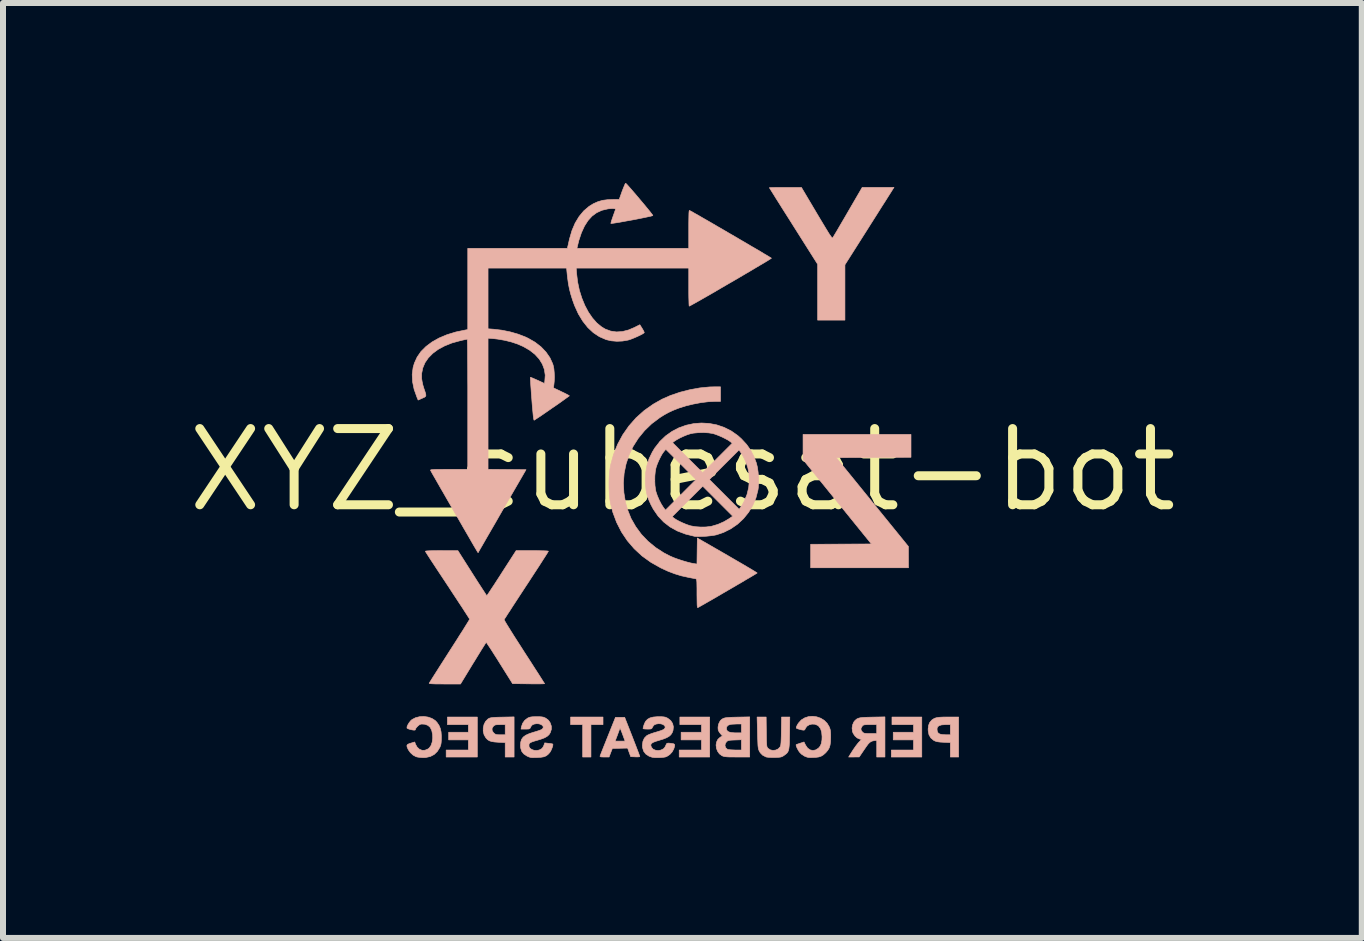
<source format=kicad_pcb>
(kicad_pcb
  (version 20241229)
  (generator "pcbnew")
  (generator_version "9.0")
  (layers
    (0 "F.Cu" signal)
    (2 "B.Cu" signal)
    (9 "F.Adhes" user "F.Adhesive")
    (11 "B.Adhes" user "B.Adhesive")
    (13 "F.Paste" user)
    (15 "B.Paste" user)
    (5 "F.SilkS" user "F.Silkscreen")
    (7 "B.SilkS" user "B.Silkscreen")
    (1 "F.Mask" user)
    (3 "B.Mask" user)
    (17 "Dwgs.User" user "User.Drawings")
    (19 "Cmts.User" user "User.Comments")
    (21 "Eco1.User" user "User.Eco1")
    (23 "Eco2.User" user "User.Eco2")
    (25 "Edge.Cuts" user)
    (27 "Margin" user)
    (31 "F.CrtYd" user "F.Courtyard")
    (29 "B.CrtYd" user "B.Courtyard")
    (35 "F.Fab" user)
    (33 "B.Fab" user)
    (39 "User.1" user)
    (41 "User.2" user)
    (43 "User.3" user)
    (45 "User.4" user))
  (footprint "XYZ_cubesat-bot"
    (layer "F.Cu")
    (at 8.323 4.783)
    (property "Reference" "XYZ_cubesat-bot" (at 0 0 0) (layer "F.SilkS") (effects (font (size 1.27 1.27) (thickness 0.15))))
    (attr through_hole)
    (fp_poly (pts (xy -1.323 4.244) (xy -1.524 4.244) (xy -1.524 4.784) (xy -1.662 4.784) (xy -1.662 4.244) (xy -1.863 4.244) (xy -1.863 4.117) (xy -1.323 4.117) (xy -1.323 4.244)) (stroke (width 0.01) (type solid)) (fill yes) (layer "B.SilkS"))
    (fp_poly (pts (xy -3.418 4.784) (xy -3.937 4.784) (xy -3.937 4.667) (xy -3.567 4.667) (xy -3.567 4.498) (xy -3.895 4.498) (xy -3.895 4.371) (xy -3.567 4.371) (xy -3.567 4.244) (xy -3.916 4.244) (xy -3.916 4.117) (xy -3.418 4.117) (xy -3.418 4.784)) (stroke (width 0.01) (type solid)) (fill yes) (layer "B.SilkS"))
    (fp_poly (pts (xy 0.455 4.784) (xy -0.053 4.784) (xy -0.053 4.667) (xy 0.318 4.667) (xy 0.318 4.498) (xy -0.021 4.498) (xy -0.021 4.371) (xy 0.318 4.371) (xy 0.318 4.244) (xy -0.042 4.244) (xy -0.042 4.117) (xy 0.455 4.117) (xy 0.455 4.784)) (stroke (width 0.01) (type solid)) (fill yes) (layer "B.SilkS"))
    (fp_poly (pts (xy 3.81 -0.212) (xy 3.187 -0.209) (xy 2.564 -0.206) (xy 3.165 0.534) (xy 3.767 1.275) (xy 3.768 1.63) (xy 2.138 1.63) (xy 2.138 1.238) (xy 3.15 1.233) (xy 2.011 -0.173) (xy 2.011 -0.593) (xy 3.81 -0.593) (xy 3.81 -0.212)) (stroke (width 0.01) (type solid)) (fill yes) (layer "B.SilkS"))
    (fp_poly (pts (xy 3.99 4.784) (xy 3.482 4.784) (xy 3.482 4.667) (xy 3.852 4.667) (xy 3.852 4.498) (xy 3.514 4.498) (xy 3.514 4.371) (xy 3.852 4.371) (xy 3.852 4.244) (xy 3.493 4.244) (xy 3.493 4.117) (xy 3.99 4.117) (xy 3.99 4.784)) (stroke (width 0.01) (type solid)) (fill yes) (layer "B.SilkS"))
    (fp_poly (pts (xy 4.604 4.784) (xy 4.466 4.784) (xy 4.466 4.543) (xy 4.35 4.538) (xy 4.296 4.535) (xy 4.257 4.53) (xy 4.229 4.524) (xy 4.204 4.514) (xy 4.187 4.505) (xy 4.141 4.466) (xy 4.11 4.414) (xy 4.097 4.349) (xy 4.096 4.325) (xy 4.096 4.319) (xy 4.244 4.319) (xy 4.248 4.357) (xy 4.263 4.384) (xy 4.29 4.401) (xy 4.333 4.41) (xy 4.389 4.413) (xy 4.466 4.413) (xy 4.466 4.244) (xy 4.383 4.244) (xy 4.322 4.248) (xy 4.28 4.26) (xy 4.254 4.281) (xy 4.244 4.311) (xy 4.244 4.319) (xy 4.096 4.319) (xy 4.102 4.26) (xy 4.121 4.21) (xy 4.155 4.17) (xy 4.158 4.167) (xy 4.182 4.15) (xy 4.209 4.136) (xy 4.242 4.127) (xy 4.285 4.121) (xy 4.341 4.118) (xy 4.414 4.117) (xy 4.437 4.117) (xy 4.604 4.117) (xy 4.604 4.784)) (stroke (width 0.01) (type solid)) (fill yes) (layer "B.SilkS"))
    (fp_poly (pts (xy -2.805 4.784) (xy -2.953 4.784) (xy -2.953 4.543) (xy -3.067 4.538) (xy -3.132 4.533) (xy -3.181 4.525) (xy -3.217 4.513) (xy -3.247 4.494) (xy -3.273 4.467) (xy -3.274 4.466) (xy -3.304 4.416) (xy -3.319 4.359) (xy -3.319 4.338) (xy -3.172 4.338) (xy -3.152 4.374) (xy -3.144 4.382) (xy -3.126 4.398) (xy -3.109 4.407) (xy -3.086 4.412) (xy -3.05 4.413) (xy -3.033 4.413) (xy -2.953 4.413) (xy -2.953 4.244) (xy -3.038 4.244) (xy -3.082 4.245) (xy -3.11 4.247) (xy -3.129 4.254) (xy -3.145 4.266) (xy -3.149 4.27) (xy -3.171 4.303) (xy -3.172 4.338) (xy -3.319 4.338) (xy -3.319 4.299) (xy -3.306 4.241) (xy -3.28 4.19) (xy -3.241 4.151) (xy -3.225 4.141) (xy -3.209 4.134) (xy -3.187 4.129) (xy -3.157 4.125) (xy -3.115 4.122) (xy -3.057 4.12) (xy -2.998 4.119) (xy -2.805 4.115) (xy -2.805 4.784)) (stroke (width 0.01) (type solid)) (fill yes) (layer "B.SilkS"))
    (fp_poly (pts (xy -0.835 4.445) (xy -0.805 4.523) (xy -0.777 4.595) (xy -0.753 4.658) (xy -0.733 4.71) (xy -0.719 4.748) (xy -0.711 4.771) (xy -0.709 4.776) (xy -0.719 4.78) (xy -0.744 4.782) (xy -0.78 4.782) (xy -0.785 4.781) (xy -0.861 4.778) (xy -0.887 4.707) (xy -0.913 4.635) (xy -1.04 4.638) (xy -1.167 4.641) (xy -1.195 4.712) (xy -1.222 4.784) (xy -1.3 4.784) (xy -1.34 4.783) (xy -1.362 4.781) (xy -1.372 4.776) (xy -1.372 4.767) (xy -1.371 4.765) (xy -1.366 4.751) (xy -1.354 4.72) (xy -1.336 4.674) (xy -1.313 4.616) (xy -1.286 4.549) (xy -1.274 4.519) (xy -1.121 4.519) (xy -0.955 4.519) (xy -0.994 4.413) (xy -1.01 4.37) (xy -1.024 4.335) (xy -1.034 4.313) (xy -1.038 4.307) (xy -1.045 4.316) (xy -1.054 4.338) (xy -1.055 4.342) (xy -1.065 4.369) (xy -1.079 4.408) (xy -1.094 4.448) (xy -1.121 4.519) (xy -1.274 4.519) (xy -1.256 4.474) (xy -1.24 4.434) (xy -1.115 4.122) (xy -0.962 4.122) (xy -0.835 4.445)) (stroke (width 0.01) (type solid)) (fill yes) (layer "B.SilkS"))
    (fp_poly (pts (xy 3.511 -4.686) (xy 3.503 -4.673) (xy 3.485 -4.644) (xy 3.457 -4.6) (xy 3.421 -4.543) (xy 3.377 -4.473) (xy 3.326 -4.394) (xy 3.27 -4.305) (xy 3.21 -4.21) (xy 3.145 -4.108) (xy 3.103 -4.041) (xy 2.709 -3.42) (xy 2.709 -2.498) (xy 2.254 -2.498) (xy 2.254 -3.429) (xy 1.852 -4.065) (xy 1.786 -4.17) (xy 1.723 -4.269) (xy 1.664 -4.362) (xy 1.611 -4.447) (xy 1.563 -4.522) (xy 1.523 -4.587) (xy 1.491 -4.638) (xy 1.467 -4.676) (xy 1.453 -4.699) (xy 1.45 -4.705) (xy 1.46 -4.706) (xy 1.488 -4.707) (xy 1.532 -4.708) (xy 1.589 -4.709) (xy 1.656 -4.709) (xy 1.717 -4.709) (xy 1.984 -4.709) (xy 2.238 -4.281) (xy 2.298 -4.18) (xy 2.348 -4.097) (xy 2.389 -4.029) (xy 2.422 -3.975) (xy 2.448 -3.933) (xy 2.468 -3.904) (xy 2.483 -3.884) (xy 2.493 -3.872) (xy 2.5 -3.868) (xy 2.505 -3.869) (xy 2.506 -3.87) (xy 2.514 -3.883) (xy 2.531 -3.912) (xy 2.557 -3.955) (xy 2.59 -4.011) (xy 2.629 -4.078) (xy 2.673 -4.153) (xy 2.721 -4.235) (xy 2.758 -4.299) (xy 2.997 -4.71) (xy 3.527 -4.71) (xy 3.511 -4.686)) (stroke (width 0.01) (type solid)) (fill yes) (layer "B.SilkS"))
    (fp_poly (pts (xy 1.399 4.365) (xy 1.4 4.443) (xy 1.401 4.504) (xy 1.403 4.549) (xy 1.405 4.581) (xy 1.408 4.603) (xy 1.412 4.618) (xy 1.418 4.628) (xy 1.425 4.637) (xy 1.427 4.639) (xy 1.464 4.664) (xy 1.508 4.674) (xy 1.555 4.668) (xy 1.596 4.649) (xy 1.626 4.618) (xy 1.633 4.606) (xy 1.638 4.591) (xy 1.641 4.569) (xy 1.644 4.537) (xy 1.646 4.493) (xy 1.648 4.433) (xy 1.649 4.356) (xy 1.649 4.353) (xy 1.653 4.117) (xy 1.79 4.117) (xy 1.787 4.384) (xy 1.785 4.474) (xy 1.784 4.545) (xy 1.78 4.6) (xy 1.775 4.642) (xy 1.768 4.674) (xy 1.757 4.699) (xy 1.742 4.719) (xy 1.723 4.736) (xy 1.698 4.754) (xy 1.695 4.757) (xy 1.673 4.771) (xy 1.653 4.78) (xy 1.63 4.786) (xy 1.598 4.789) (xy 1.551 4.791) (xy 1.537 4.791) (xy 1.484 4.791) (xy 1.438 4.789) (xy 1.404 4.785) (xy 1.392 4.782) (xy 1.337 4.753) (xy 1.298 4.713) (xy 1.281 4.684) (xy 1.274 4.668) (xy 1.268 4.65) (xy 1.264 4.628) (xy 1.26 4.598) (xy 1.258 4.558) (xy 1.256 4.505) (xy 1.253 4.436) (xy 1.252 4.377) (xy 1.245 4.117) (xy 1.396 4.117) (xy 1.399 4.365)) (stroke (width 0.01) (type solid)) (fill yes) (layer "B.SilkS"))
    (fp_poly (pts (xy 3.376 4.784) (xy 3.239 4.784) (xy 3.239 4.506) (xy 3.196 4.511) (xy 3.167 4.517) (xy 3.143 4.527) (xy 3.12 4.543) (xy 3.095 4.569) (xy 3.066 4.608) (xy 3.029 4.662) (xy 3.026 4.666) (xy 2.947 4.783) (xy 2.771 4.784) (xy 2.795 4.744) (xy 2.847 4.662) (xy 2.894 4.595) (xy 2.935 4.543) (xy 2.944 4.534) (xy 2.986 4.49) (xy 2.954 4.484) (xy 2.913 4.466) (xy 2.876 4.433) (xy 2.847 4.39) (xy 2.834 4.358) (xy 2.829 4.305) (xy 2.977 4.305) (xy 2.978 4.336) (xy 3 4.366) (xy 3 4.366) (xy 3.013 4.378) (xy 3.028 4.386) (xy 3.049 4.39) (xy 3.082 4.392) (xy 3.13 4.392) (xy 3.132 4.392) (xy 3.239 4.392) (xy 3.239 4.244) (xy 3.128 4.244) (xy 3.079 4.244) (xy 3.045 4.246) (xy 3.024 4.249) (xy 3.011 4.256) (xy 3 4.266) (xy 2.996 4.272) (xy 2.977 4.305) (xy 2.829 4.305) (xy 2.828 4.302) (xy 2.837 4.247) (xy 2.858 4.199) (xy 2.871 4.182) (xy 2.891 4.163) (xy 2.91 4.148) (xy 2.933 4.138) (xy 2.962 4.13) (xy 3.001 4.125) (xy 3.053 4.122) (xy 3.121 4.12) (xy 3.167 4.119) (xy 3.376 4.115) (xy 3.376 4.784)) (stroke (width 0.01) (type solid)) (fill yes) (layer "B.SilkS"))
    (fp_poly (pts (xy -4.239 4.118) (xy -4.174 4.141) (xy -4.119 4.176) (xy -4.09 4.207) (xy -4.056 4.257) (xy -4.035 4.307) (xy -4.022 4.364) (xy -4.017 4.433) (xy -4.017 4.456) (xy -4.018 4.51) (xy -4.021 4.55) (xy -4.027 4.582) (xy -4.037 4.61) (xy -4.041 4.62) (xy -4.083 4.689) (xy -4.136 4.741) (xy -4.201 4.775) (xy -4.278 4.792) (xy -4.318 4.794) (xy -4.364 4.791) (xy -4.407 4.786) (xy -4.438 4.779) (xy -4.488 4.752) (xy -4.533 4.711) (xy -4.568 4.662) (xy -4.573 4.651) (xy -4.589 4.614) (xy -4.591 4.59) (xy -4.579 4.573) (xy -4.55 4.56) (xy -4.527 4.553) (xy -4.461 4.533) (xy -4.448 4.571) (xy -4.42 4.62) (xy -4.383 4.654) (xy -4.338 4.672) (xy -4.291 4.671) (xy -4.243 4.651) (xy -4.218 4.632) (xy -4.189 4.591) (xy -4.17 4.535) (xy -4.161 4.469) (xy -4.163 4.411) (xy -4.177 4.342) (xy -4.202 4.291) (xy -4.24 4.257) (xy -4.29 4.238) (xy -4.311 4.236) (xy -4.346 4.234) (xy -4.37 4.239) (xy -4.392 4.253) (xy -4.406 4.265) (xy -4.429 4.288) (xy -4.443 4.307) (xy -4.445 4.313) (xy -4.452 4.331) (xy -4.456 4.334) (xy -4.473 4.336) (xy -4.502 4.332) (xy -4.535 4.325) (xy -4.566 4.315) (xy -4.586 4.305) (xy -4.59 4.3) (xy -4.589 4.279) (xy -4.576 4.248) (xy -4.555 4.213) (xy -4.53 4.181) (xy -4.507 4.16) (xy -4.448 4.129) (xy -4.381 4.112) (xy -4.31 4.108) (xy -4.239 4.118)) (stroke (width 0.01) (type solid)) (fill yes) (layer "B.SilkS"))
    (fp_poly (pts (xy 1.122 4.784) (xy 0.913 4.784) (xy 0.84 4.783) (xy 0.784 4.783) (xy 0.744 4.781) (xy 0.714 4.778) (xy 0.692 4.774) (xy 0.674 4.768) (xy 0.661 4.763) (xy 0.617 4.731) (xy 0.586 4.687) (xy 0.567 4.637) (xy 0.563 4.596) (xy 0.71 4.596) (xy 0.722 4.629) (xy 0.748 4.653) (xy 0.755 4.657) (xy 0.775 4.661) (xy 0.811 4.664) (xy 0.855 4.666) (xy 0.881 4.667) (xy 0.984 4.667) (xy 0.984 4.496) (xy 0.874 4.5) (xy 0.823 4.502) (xy 0.788 4.505) (xy 0.765 4.51) (xy 0.749 4.518) (xy 0.736 4.529) (xy 0.715 4.561) (xy 0.71 4.596) (xy 0.563 4.596) (xy 0.561 4.585) (xy 0.57 4.534) (xy 0.592 4.489) (xy 0.629 4.455) (xy 0.632 4.453) (xy 0.667 4.432) (xy 0.635 4.396) (xy 0.614 4.368) (xy 0.599 4.34) (xy 0.597 4.333) (xy 0.595 4.312) (xy 0.733 4.312) (xy 0.735 4.323) (xy 0.748 4.348) (xy 0.774 4.366) (xy 0.816 4.376) (xy 0.875 4.381) (xy 0.892 4.381) (xy 0.984 4.381) (xy 0.984 4.233) (xy 0.913 4.233) (xy 0.869 4.235) (xy 0.827 4.237) (xy 0.801 4.24) (xy 0.763 4.254) (xy 0.739 4.28) (xy 0.733 4.312) (xy 0.595 4.312) (xy 0.594 4.286) (xy 0.603 4.235) (xy 0.624 4.192) (xy 0.624 4.191) (xy 0.641 4.169) (xy 0.66 4.153) (xy 0.682 4.14) (xy 0.712 4.131) (xy 0.751 4.126) (xy 0.805 4.122) (xy 0.874 4.12) (xy 0.918 4.119) (xy 1.122 4.115) (xy 1.122 4.784)) (stroke (width 0.01) (type solid)) (fill yes) (layer "B.SilkS"))
    (fp_poly (pts (xy 2.239 4.114) (xy 2.305 4.137) (xy 2.364 4.173) (xy 2.413 4.223) (xy 2.446 4.278) (xy 2.457 4.306) (xy 2.465 4.333) (xy 2.469 4.365) (xy 2.471 4.408) (xy 2.471 4.456) (xy 2.469 4.529) (xy 2.461 4.586) (xy 2.447 4.632) (xy 2.423 4.672) (xy 2.39 4.711) (xy 2.388 4.713) (xy 2.35 4.747) (xy 2.314 4.769) (xy 2.273 4.783) (xy 2.22 4.79) (xy 2.185 4.791) (xy 2.137 4.793) (xy 2.102 4.791) (xy 2.075 4.785) (xy 2.047 4.774) (xy 2.035 4.769) (xy 1.983 4.735) (xy 1.949 4.699) (xy 1.93 4.669) (xy 1.913 4.637) (xy 1.9 4.607) (xy 1.895 4.585) (xy 1.896 4.578) (xy 1.907 4.573) (xy 1.933 4.564) (xy 1.963 4.554) (xy 2.027 4.533) (xy 2.053 4.586) (xy 2.086 4.634) (xy 2.127 4.664) (xy 2.173 4.675) (xy 2.22 4.666) (xy 2.267 4.637) (xy 2.269 4.635) (xy 2.297 4.602) (xy 2.316 4.558) (xy 2.326 4.501) (xy 2.328 4.444) (xy 2.321 4.368) (xy 2.302 4.31) (xy 2.27 4.268) (xy 2.252 4.255) (xy 2.207 4.237) (xy 2.159 4.235) (xy 2.113 4.247) (xy 2.075 4.271) (xy 2.05 4.306) (xy 2.049 4.309) (xy 2.042 4.325) (xy 2.033 4.334) (xy 2.017 4.336) (xy 1.99 4.332) (xy 1.948 4.321) (xy 1.934 4.317) (xy 1.908 4.309) (xy 1.898 4.298) (xy 1.9 4.283) (xy 1.91 4.26) (xy 1.927 4.23) (xy 1.935 4.218) (xy 1.982 4.166) (xy 2.039 4.131) (xy 2.103 4.11) (xy 2.171 4.105) (xy 2.239 4.114)) (stroke (width 0.01) (type solid)) (fill yes) (layer "B.SilkS"))
    (fp_poly (pts (xy -2.378 4.112) (xy -2.342 4.115) (xy -2.315 4.12) (xy -2.291 4.13) (xy -2.275 4.138) (xy -2.231 4.172) (xy -2.204 4.212) (xy -2.184 4.269) (xy -2.184 4.323) (xy -2.202 4.378) (xy -2.223 4.411) (xy -2.254 4.439) (xy -2.296 4.463) (xy -2.354 4.485) (xy -2.412 4.503) (xy -2.468 4.519) (xy -2.506 4.532) (xy -2.531 4.543) (xy -2.546 4.554) (xy -2.554 4.567) (xy -2.557 4.578) (xy -2.556 4.611) (xy -2.539 4.639) (xy -2.509 4.659) (xy -2.471 4.672) (xy -2.428 4.675) (xy -2.386 4.667) (xy -2.347 4.647) (xy -2.346 4.646) (xy -2.324 4.621) (xy -2.308 4.589) (xy -2.307 4.586) (xy -2.294 4.548) (xy -2.229 4.556) (xy -2.194 4.56) (xy -2.169 4.565) (xy -2.16 4.568) (xy -2.158 4.582) (xy -2.164 4.61) (xy -2.176 4.643) (xy -2.191 4.677) (xy -2.207 4.704) (xy -2.211 4.71) (xy -2.241 4.742) (xy -2.272 4.765) (xy -2.309 4.78) (xy -2.357 4.788) (xy -2.421 4.792) (xy -2.424 4.792) (xy -2.475 4.793) (xy -2.51 4.793) (xy -2.537 4.789) (xy -2.561 4.781) (xy -2.587 4.769) (xy -2.593 4.766) (xy -2.645 4.731) (xy -2.678 4.689) (xy -2.695 4.634) (xy -2.699 4.589) (xy -2.694 4.534) (xy -2.68 4.489) (xy -2.653 4.452) (xy -2.611 4.421) (xy -2.552 4.394) (xy -2.475 4.369) (xy -2.474 4.369) (xy -2.427 4.355) (xy -2.385 4.341) (xy -2.354 4.329) (xy -2.342 4.323) (xy -2.322 4.302) (xy -2.319 4.28) (xy -2.331 4.259) (xy -2.356 4.242) (xy -2.389 4.231) (xy -2.428 4.228) (xy -2.467 4.234) (xy -2.5 4.247) (xy -2.521 4.271) (xy -2.527 4.281) (xy -2.536 4.301) (xy -2.547 4.312) (xy -2.565 4.317) (xy -2.594 4.318) (xy -2.617 4.318) (xy -2.689 4.318) (xy -2.682 4.278) (xy -2.662 4.221) (xy -2.627 4.172) (xy -2.58 4.136) (xy -2.555 4.124) (xy -2.529 4.117) (xy -2.496 4.113) (xy -2.45 4.112) (xy -2.429 4.112) (xy -2.378 4.112)) (stroke (width 0.01) (type solid)) (fill yes) (layer "B.SilkS"))
    (fp_poly (pts (xy -0.346 4.112) (xy -0.31 4.115) (xy -0.283 4.12) (xy -0.26 4.13) (xy -0.244 4.138) (xy -0.195 4.176) (xy -0.163 4.225) (xy -0.15 4.28) (xy -0.156 4.34) (xy -0.17 4.378) (xy -0.192 4.412) (xy -0.222 4.439) (xy -0.265 4.463) (xy -0.323 4.486) (xy -0.379 4.503) (xy -0.442 4.522) (xy -0.486 4.539) (xy -0.513 4.556) (xy -0.525 4.575) (xy -0.525 4.597) (xy -0.514 4.624) (xy -0.488 4.653) (xy -0.45 4.67) (xy -0.404 4.676) (xy -0.358 4.668) (xy -0.317 4.648) (xy -0.314 4.646) (xy -0.292 4.621) (xy -0.276 4.589) (xy -0.275 4.588) (xy -0.267 4.567) (xy -0.256 4.556) (xy -0.238 4.552) (xy -0.207 4.554) (xy -0.176 4.558) (xy -0.147 4.563) (xy -0.131 4.573) (xy -0.128 4.591) (xy -0.135 4.622) (xy -0.144 4.649) (xy -0.17 4.698) (xy -0.21 4.742) (xy -0.257 4.773) (xy -0.282 4.783) (xy -0.312 4.788) (xy -0.355 4.792) (xy -0.403 4.794) (xy -0.413 4.794) (xy -0.464 4.793) (xy -0.503 4.788) (xy -0.537 4.777) (xy -0.557 4.769) (xy -0.61 4.734) (xy -0.646 4.687) (xy -0.664 4.628) (xy -0.667 4.589) (xy -0.658 4.523) (xy -0.634 4.469) (xy -0.594 4.428) (xy -0.586 4.423) (xy -0.559 4.41) (xy -0.518 4.394) (xy -0.47 4.378) (xy -0.442 4.37) (xy -0.395 4.356) (xy -0.353 4.342) (xy -0.322 4.329) (xy -0.311 4.324) (xy -0.29 4.302) (xy -0.287 4.28) (xy -0.299 4.259) (xy -0.323 4.242) (xy -0.356 4.231) (xy -0.396 4.228) (xy -0.435 4.234) (xy -0.468 4.247) (xy -0.489 4.271) (xy -0.495 4.281) (xy -0.505 4.301) (xy -0.515 4.312) (xy -0.533 4.317) (xy -0.563 4.318) (xy -0.584 4.318) (xy -0.62 4.317) (xy -0.646 4.314) (xy -0.656 4.31) (xy -0.656 4.31) (xy -0.651 4.284) (xy -0.64 4.248) (xy -0.625 4.212) (xy -0.612 4.188) (xy -0.581 4.155) (xy -0.54 4.132) (xy -0.487 4.118) (xy -0.419 4.112) (xy -0.397 4.112) (xy -0.346 4.112)) (stroke (width 0.01) (type solid)) (fill yes) (layer "B.SilkS"))
    (fp_poly (pts (xy 0.635 -1.143) (xy 0.545 -1.143) (xy 0.434 -1.138) (xy 0.311 -1.123) (xy 0.184 -1.099) (xy 0.06 -1.069) (xy -0.055 -1.033) (xy -0.085 -1.022) (xy -0.169 -0.988) (xy -0.24 -0.954) (xy -0.308 -0.916) (xy -0.376 -0.873) (xy -0.512 -0.771) (xy -0.631 -0.656) (xy -0.734 -0.53) (xy -0.82 -0.395) (xy -0.889 -0.251) (xy -0.939 -0.1) (xy -0.971 0.056) (xy -0.983 0.216) (xy -0.975 0.379) (xy -0.948 0.542) (xy -0.914 0.661) (xy -0.856 0.807) (xy -0.778 0.944) (xy -0.684 1.072) (xy -0.573 1.188) (xy -0.447 1.292) (xy -0.308 1.382) (xy -0.205 1.435) (xy -0.145 1.461) (xy -0.074 1.487) (xy 0.002 1.512) (xy 0.077 1.534) (xy 0.144 1.551) (xy 0.193 1.56) (xy 0.243 1.568) (xy 0.246 1.351) (xy 0.249 1.134) (xy 0.748 1.421) (xy 0.842 1.476) (xy 0.93 1.527) (xy 1.011 1.574) (xy 1.082 1.616) (xy 1.143 1.652) (xy 1.191 1.681) (xy 1.225 1.702) (xy 1.243 1.714) (xy 1.246 1.717) (xy 1.237 1.723) (xy 1.211 1.739) (xy 1.171 1.763) (xy 1.119 1.794) (xy 1.057 1.83) (xy 0.987 1.872) (xy 0.911 1.916) (xy 0.831 1.963) (xy 0.748 2.011) (xy 0.666 2.059) (xy 0.586 2.106) (xy 0.51 2.15) (xy 0.44 2.19) (xy 0.379 2.225) (xy 0.328 2.254) (xy 0.289 2.276) (xy 0.264 2.29) (xy 0.257 2.294) (xy 0.252 2.291) (xy 0.249 2.278) (xy 0.246 2.252) (xy 0.245 2.212) (xy 0.244 2.154) (xy 0.243 2.079) (xy 0.243 2.059) (xy 0.243 1.977) (xy 0.242 1.915) (xy 0.241 1.869) (xy 0.238 1.839) (xy 0.234 1.822) (xy 0.23 1.816) (xy 0.215 1.812) (xy 0.184 1.806) (xy 0.141 1.798) (xy 0.101 1.79) (xy -0.017 1.764) (xy -0.128 1.73) (xy -0.241 1.687) (xy -0.362 1.631) (xy -0.365 1.629) (xy -0.526 1.538) (xy -0.672 1.433) (xy -0.802 1.313) (xy -0.917 1.179) (xy -1.015 1.033) (xy -1.096 0.874) (xy -1.16 0.703) (xy -1.198 0.558) (xy -1.21 0.483) (xy -1.218 0.394) (xy -1.223 0.296) (xy -1.223 0.195) (xy -1.219 0.096) (xy -1.211 0.006) (xy -1.199 -0.07) (xy -1.198 -0.077) (xy -1.148 -0.258) (xy -1.079 -0.429) (xy -0.993 -0.588) (xy -0.89 -0.735) (xy -0.771 -0.87) (xy -0.636 -0.991) (xy -0.485 -1.097) (xy -0.339 -1.18) (xy -0.196 -1.243) (xy -0.039 -1.296) (xy 0.125 -1.338) (xy 0.291 -1.368) (xy 0.452 -1.384) (xy 0.535 -1.386) (xy 0.635 -1.386) (xy 0.635 -1.143)) (stroke (width 0.01) (type solid)) (fill yes) (layer "B.SilkS"))
    (fp_poly (pts (xy -2.423 1.344) (xy -2.354 1.346) (xy -2.299 1.347) (xy -2.259 1.349) (xy -2.237 1.352) (xy -2.233 1.354) (xy -2.239 1.364) (xy -2.255 1.391) (xy -2.281 1.432) (xy -2.316 1.486) (xy -2.358 1.552) (xy -2.407 1.628) (xy -2.462 1.712) (xy -2.522 1.804) (xy -2.585 1.901) (xy -2.6 1.923) (xy -2.664 2.021) (xy -2.725 2.114) (xy -2.781 2.2) (xy -2.832 2.278) (xy -2.876 2.347) (xy -2.914 2.404) (xy -2.942 2.449) (xy -2.962 2.479) (xy -2.97 2.494) (xy -2.971 2.494) (xy -2.966 2.505) (xy -2.951 2.532) (xy -2.926 2.574) (xy -2.892 2.629) (xy -2.851 2.695) (xy -2.804 2.77) (xy -2.75 2.854) (xy -2.692 2.944) (xy -2.636 3.032) (xy -2.575 3.126) (xy -2.517 3.216) (xy -2.464 3.299) (xy -2.416 3.373) (xy -2.375 3.437) (xy -2.342 3.489) (xy -2.317 3.529) (xy -2.301 3.553) (xy -2.297 3.561) (xy -2.307 3.563) (xy -2.335 3.564) (xy -2.379 3.565) (xy -2.436 3.565) (xy -2.502 3.565) (xy -2.563 3.564) (xy -2.83 3.561) (xy -3.047 3.215) (xy -3.095 3.138) (xy -3.14 3.068) (xy -3.18 3.005) (xy -3.214 2.953) (xy -3.242 2.912) (xy -3.26 2.885) (xy -3.27 2.874) (xy -3.27 2.873) (xy -3.277 2.883) (xy -3.294 2.909) (xy -3.319 2.949) (xy -3.352 3.001) (xy -3.39 3.063) (xy -3.433 3.133) (xy -3.48 3.21) (xy -3.488 3.222) (xy -3.698 3.567) (xy -3.962 3.567) (xy -4.046 3.566) (xy -4.111 3.566) (xy -4.16 3.564) (xy -4.192 3.562) (xy -4.212 3.559) (xy -4.22 3.556) (xy -4.22 3.553) (xy -4.213 3.542) (xy -4.196 3.515) (xy -4.17 3.473) (xy -4.135 3.418) (xy -4.093 3.352) (xy -4.045 3.276) (xy -3.991 3.192) (xy -3.933 3.101) (xy -3.88 3.018) (xy -3.819 2.923) (xy -3.762 2.834) (xy -3.71 2.751) (xy -3.662 2.677) (xy -3.622 2.612) (xy -3.589 2.559) (xy -3.565 2.52) (xy -3.55 2.495) (xy -3.545 2.487) (xy -3.551 2.477) (xy -3.568 2.45) (xy -3.594 2.41) (xy -3.629 2.356) (xy -3.671 2.29) (xy -3.721 2.215) (xy -3.776 2.131) (xy -3.836 2.04) (xy -3.899 1.943) (xy -3.912 1.924) (xy -3.976 1.827) (xy -4.037 1.735) (xy -4.094 1.649) (xy -4.145 1.571) (xy -4.19 1.503) (xy -4.227 1.446) (xy -4.255 1.402) (xy -4.274 1.372) (xy -4.283 1.358) (xy -4.283 1.358) (xy -4.281 1.353) (xy -4.269 1.35) (xy -4.245 1.348) (xy -4.208 1.346) (xy -4.155 1.345) (xy -4.085 1.344) (xy -4.015 1.344) (xy -3.741 1.345) (xy -3.503 1.72) (xy -3.452 1.8) (xy -3.405 1.874) (xy -3.362 1.94) (xy -3.325 1.997) (xy -3.295 2.043) (xy -3.274 2.075) (xy -3.262 2.093) (xy -3.26 2.095) (xy -3.253 2.086) (xy -3.236 2.062) (xy -3.21 2.023) (xy -3.177 1.972) (xy -3.136 1.911) (xy -3.091 1.841) (xy -3.041 1.764) (xy -3.013 1.72) (xy -2.771 1.344) (xy -2.502 1.344) (xy -2.423 1.344)) (stroke (width 0.01) (type solid)) (fill yes) (layer "B.SilkS"))
    (fp_poly (pts (xy 0.445 -0.776) (xy 0.572 -0.752) (xy 0.695 -0.71) (xy 0.813 -0.651) (xy 0.923 -0.574) (xy 0.984 -0.519) (xy 1.07 -0.426) (xy 1.138 -0.33) (xy 1.192 -0.225) (xy 1.233 -0.116) (xy 1.25 -0.047) (xy 1.262 0.036) (xy 1.269 0.125) (xy 1.27 0.214) (xy 1.265 0.295) (xy 1.26 0.332) (xy 1.226 0.465) (xy 1.173 0.59) (xy 1.103 0.706) (xy 1.018 0.811) (xy 0.919 0.903) (xy 0.807 0.98) (xy 0.685 1.041) (xy 0.566 1.081) (xy 0.521 1.09) (xy 0.464 1.097) (xy 0.399 1.104) (xy 0.334 1.107) (xy 0.274 1.109) (xy 0.225 1.108) (xy 0.201 1.105) (xy 0.051 1.068) (xy -0.085 1.016) (xy -0.206 0.949) (xy -0.313 0.866) (xy -0.396 0.778) (xy -0.17 0.778) (xy -0.141 0.802) (xy -0.104 0.827) (xy -0.054 0.854) (xy 0.005 0.882) (xy 0.065 0.907) (xy 0.121 0.926) (xy 0.138 0.931) (xy 0.215 0.945) (xy 0.303 0.951) (xy 0.392 0.95) (xy 0.474 0.94) (xy 0.489 0.937) (xy 0.591 0.907) (xy 0.693 0.862) (xy 0.771 0.816) (xy 0.839 0.77) (xy 0.339 0.27) (xy 0.084 0.524) (xy -0.17 0.778) (xy -0.396 0.778) (xy -0.406 0.767) (xy -0.485 0.652) (xy -0.525 0.577) (xy -0.563 0.492) (xy -0.59 0.413) (xy -0.606 0.334) (xy -0.615 0.248) (xy -0.617 0.179) (xy -0.46 0.179) (xy -0.457 0.257) (xy -0.448 0.325) (xy -0.441 0.36) (xy -0.418 0.428) (xy -0.387 0.5) (xy -0.352 0.568) (xy -0.317 0.623) (xy -0.282 0.669) (xy 0.227 0.159) (xy 0.227 0.159) (xy 0.45 0.159) (xy 0.698 0.407) (xy 0.946 0.655) (xy 0.971 0.621) (xy 0.989 0.595) (xy 1.011 0.557) (xy 1.033 0.516) (xy 1.033 0.515) (xy 1.077 0.408) (xy 1.105 0.293) (xy 1.116 0.174) (xy 1.11 0.058) (xy 1.091 -0.036) (xy 1.073 -0.092) (xy 1.048 -0.153) (xy 1.019 -0.214) (xy 0.989 -0.268) (xy 0.963 -0.307) (xy 0.943 -0.333) (xy 0.696 -0.087) (xy 0.45 0.159) (xy 0.227 0.159) (xy -0.024 -0.093) (xy -0.276 -0.344) (xy -0.308 -0.307) (xy -0.335 -0.27) (xy -0.364 -0.218) (xy -0.393 -0.159) (xy -0.419 -0.098) (xy -0.438 -0.042) (xy -0.441 -0.032) (xy -0.452 0.028) (xy -0.459 0.101) (xy -0.46 0.179) (xy -0.617 0.179) (xy -0.617 0.169) (xy -0.611 0.039) (xy -0.59 -0.08) (xy -0.554 -0.191) (xy -0.501 -0.299) (xy -0.46 -0.367) (xy -0.39 -0.456) (xy -0.164 -0.456) (xy 0.085 -0.207) (xy 0.144 -0.147) (xy 0.199 -0.093) (xy 0.247 -0.045) (xy 0.287 -0.006) (xy 0.316 0.022) (xy 0.334 0.039) (xy 0.339 0.042) (xy 0.347 0.035) (xy 0.369 0.015) (xy 0.402 -0.017) (xy 0.444 -0.059) (xy 0.494 -0.109) (xy 0.55 -0.165) (xy 0.587 -0.202) (xy 0.831 -0.446) (xy 0.799 -0.472) (xy 0.766 -0.495) (xy 0.718 -0.521) (xy 0.662 -0.549) (xy 0.604 -0.574) (xy 0.549 -0.595) (xy 0.507 -0.608) (xy 0.435 -0.619) (xy 0.352 -0.624) (xy 0.265 -0.622) (xy 0.183 -0.614) (xy 0.134 -0.604) (xy 0.08 -0.587) (xy 0.019 -0.562) (xy -0.043 -0.533) (xy -0.097 -0.503) (xy -0.138 -0.476) (xy -0.164 -0.456) (xy -0.39 -0.456) (xy -0.376 -0.475) (xy -0.28 -0.567) (xy -0.173 -0.643) (xy -0.058 -0.703) (xy 0.063 -0.746) (xy 0.189 -0.773) (xy 0.317 -0.783) (xy 0.445 -0.776)) (stroke (width 0.01) (type solid)) (fill yes) (layer "B.SilkS"))
    (fp_poly (pts (xy -0.936 -4.771) (xy -0.915 -4.749) (xy -0.885 -4.715) (xy -0.847 -4.672) (xy -0.804 -4.622) (xy -0.757 -4.567) (xy -0.709 -4.51) (xy -0.661 -4.453) (xy -0.615 -4.398) (xy -0.574 -4.348) (xy -0.539 -4.305) (xy -0.513 -4.271) (xy -0.496 -4.249) (xy -0.492 -4.241) (xy -0.502 -4.237) (xy -0.53 -4.229) (xy -0.573 -4.22) (xy -0.628 -4.208) (xy -0.692 -4.195) (xy -0.762 -4.181) (xy -0.835 -4.167) (xy -0.909 -4.154) (xy -0.98 -4.141) (xy -1.045 -4.129) (xy -1.102 -4.12) (xy -1.147 -4.113) (xy -1.178 -4.109) (xy -1.191 -4.109) (xy -1.192 -4.109) (xy -1.19 -4.12) (xy -1.183 -4.147) (xy -1.17 -4.186) (xy -1.154 -4.232) (xy -1.112 -4.35) (xy -1.138 -4.356) (xy -1.162 -4.358) (xy -1.198 -4.356) (xy -1.241 -4.352) (xy -1.245 -4.351) (xy -1.342 -4.328) (xy -1.429 -4.288) (xy -1.506 -4.231) (xy -1.573 -4.157) (xy -1.632 -4.065) (xy -1.683 -3.954) (xy -1.726 -3.825) (xy -1.751 -3.723) (xy -1.757 -3.694) (xy 0.106 -3.694) (xy 0.106 -4.012) (xy 0.106 -4.106) (xy 0.107 -4.181) (xy 0.108 -4.238) (xy 0.109 -4.279) (xy 0.111 -4.306) (xy 0.114 -4.321) (xy 0.118 -4.326) (xy 0.119 -4.326) (xy 0.133 -4.318) (xy 0.164 -4.302) (xy 0.208 -4.276) (xy 0.266 -4.244) (xy 0.334 -4.204) (xy 0.411 -4.16) (xy 0.496 -4.111) (xy 0.586 -4.058) (xy 0.68 -4.004) (xy 0.777 -3.947) (xy 0.874 -3.891) (xy 0.969 -3.835) (xy 1.062 -3.781) (xy 1.149 -3.729) (xy 1.231 -3.682) (xy 1.304 -3.639) (xy 1.366 -3.601) (xy 1.418 -3.571) (xy 1.455 -3.548) (xy 1.478 -3.534) (xy 1.484 -3.53) (xy 1.475 -3.523) (xy 1.45 -3.507) (xy 1.41 -3.482) (xy 1.357 -3.45) (xy 1.292 -3.412) (xy 1.218 -3.368) (xy 1.136 -3.319) (xy 1.047 -3.267) (xy 0.954 -3.212) (xy 0.858 -3.156) (xy 0.761 -3.1) (xy 0.665 -3.044) (xy 0.571 -2.989) (xy 0.482 -2.937) (xy 0.398 -2.889) (xy 0.321 -2.845) (xy 0.254 -2.807) (xy 0.199 -2.776) (xy 0.155 -2.752) (xy 0.127 -2.736) (xy 0.114 -2.731) (xy 0.114 -2.731) (xy 0.112 -2.741) (xy 0.11 -2.769) (xy 0.109 -2.814) (xy 0.107 -2.872) (xy 0.106 -2.941) (xy 0.106 -3.018) (xy 0.106 -3.048) (xy 0.106 -3.365) (xy -1.77 -3.365) (xy -1.763 -3.273) (xy -1.746 -3.132) (xy -1.717 -2.995) (xy -1.676 -2.865) (xy -1.626 -2.743) (xy -1.567 -2.632) (xy -1.5 -2.534) (xy -1.427 -2.451) (xy -1.348 -2.386) (xy -1.287 -2.349) (xy -1.195 -2.315) (xy -1.1 -2.301) (xy -1.002 -2.307) (xy -0.899 -2.333) (xy -0.802 -2.374) (xy -0.709 -2.421) (xy -0.672 -2.362) (xy -0.653 -2.33) (xy -0.64 -2.304) (xy -0.635 -2.291) (xy -0.644 -2.281) (xy -0.669 -2.265) (xy -0.706 -2.246) (xy -0.75 -2.225) (xy -0.798 -2.204) (xy -0.845 -2.185) (xy -0.887 -2.17) (xy -0.91 -2.164) (xy -0.998 -2.149) (xy -1.092 -2.145) (xy -1.186 -2.153) (xy -1.269 -2.172) (xy -1.274 -2.174) (xy -1.384 -2.222) (xy -1.485 -2.289) (xy -1.577 -2.375) (xy -1.66 -2.48) (xy -1.734 -2.602) (xy -1.798 -2.743) (xy -1.831 -2.835) (xy -1.861 -2.931) (xy -1.883 -3.017) (xy -1.9 -3.104) (xy -1.913 -3.2) (xy -1.918 -3.241) (xy -1.93 -3.365) (xy -3.239 -3.365) (xy -3.239 -2.353) (xy -3.145 -2.346) (xy -3.009 -2.33) (xy -2.871 -2.302) (xy -2.738 -2.264) (xy -2.616 -2.217) (xy -2.57 -2.195) (xy -2.455 -2.129) (xy -2.356 -2.052) (xy -2.273 -1.965) (xy -2.208 -1.871) (xy -2.162 -1.771) (xy -2.153 -1.741) (xy -2.142 -1.688) (xy -2.136 -1.622) (xy -2.133 -1.549) (xy -2.136 -1.477) (xy -2.141 -1.428) (xy -2.149 -1.369) (xy -2.017 -1.306) (xy -1.969 -1.283) (xy -1.929 -1.263) (xy -1.9 -1.247) (xy -1.885 -1.238) (xy -1.884 -1.236) (xy -1.892 -1.229) (xy -1.916 -1.212) (xy -1.952 -1.186) (xy -1.998 -1.153) (xy -2.051 -1.115) (xy -2.11 -1.074) (xy -2.172 -1.032) (xy -2.233 -0.989) (xy -2.293 -0.948) (xy -2.348 -0.91) (xy -2.396 -0.878) (xy -2.434 -0.853) (xy -2.46 -0.836) (xy -2.471 -0.829) (xy -2.475 -0.837) (xy -2.48 -0.862) (xy -2.486 -0.905) (xy -2.492 -0.968) (xy -2.5 -1.05) (xy -2.508 -1.153) (xy -2.51 -1.182) (xy -2.517 -1.267) (xy -2.522 -1.345) (xy -2.527 -1.413) (xy -2.53 -1.47) (xy -2.533 -1.512) (xy -2.534 -1.538) (xy -2.533 -1.544) (xy -2.523 -1.542) (xy -2.497 -1.532) (xy -2.46 -1.516) (xy -2.415 -1.496) (xy -2.414 -1.496) (xy -2.299 -1.442) (xy -2.293 -1.48) (xy -2.286 -1.58) (xy -2.3 -1.675) (xy -2.334 -1.765) (xy -2.386 -1.849) (xy -2.457 -1.927) (xy -2.545 -1.996) (xy -2.65 -2.057) (xy -2.746 -2.099) (xy -2.848 -2.133) (xy -2.96 -2.161) (xy -3.076 -2.181) (xy -3.146 -2.189) (xy -3.239 -2.197) (xy -3.239 -0.011) (xy -2.922 -0.008) (xy -2.606 -0.005) (xy -2.992 0.661) (xy -3.055 0.771) (xy -3.115 0.876) (xy -3.172 0.974) (xy -3.224 1.064) (xy -3.271 1.145) (xy -3.311 1.215) (xy -3.344 1.272) (xy -3.369 1.315) (xy -3.385 1.343) (xy -3.391 1.354) (xy -3.405 1.379) (xy -3.421 1.354) (xy -3.431 1.337) (xy -3.45 1.305) (xy -3.478 1.258) (xy -3.512 1.199) (xy -3.552 1.129) (xy -3.598 1.05) (xy -3.648 0.964) (xy -3.7 0.873) (xy -3.755 0.778) (xy -3.811 0.682) (xy -3.866 0.585) (xy -3.921 0.49) (xy -3.973 0.399) (xy -4.023 0.313) (xy -4.068 0.234) (xy -4.108 0.164) (xy -4.142 0.105) (xy -4.169 0.058) (xy -4.187 0.025) (xy -4.197 0.008) (xy -4.197 0.006) (xy -4.198 0.001) (xy -4.193 -0.002) (xy -4.18 -0.005) (xy -4.158 -0.007) (xy -4.125 -0.009) (xy -4.078 -0.01) (xy -4.015 -0.01) (xy -3.934 -0.011) (xy -3.891 -0.011) (xy -3.577 -0.011) (xy -3.577 -1.095) (xy -3.577 -1.245) (xy -3.577 -1.388) (xy -3.578 -1.524) (xy -3.578 -1.651) (xy -3.579 -1.768) (xy -3.58 -1.873) (xy -3.58 -1.965) (xy -3.581 -2.043) (xy -3.582 -2.104) (xy -3.583 -2.148) (xy -3.584 -2.174) (xy -3.585 -2.18) (xy -3.598 -2.178) (xy -3.627 -2.172) (xy -3.668 -2.163) (xy -3.706 -2.154) (xy -3.841 -2.117) (xy -3.963 -2.068) (xy -4.069 -2.011) (xy -4.16 -1.944) (xy -4.234 -1.869) (xy -4.29 -1.788) (xy -4.327 -1.7) (xy -4.346 -1.606) (xy -4.346 -1.526) (xy -4.338 -1.475) (xy -4.325 -1.415) (xy -4.308 -1.359) (xy -4.307 -1.356) (xy -4.289 -1.304) (xy -4.278 -1.267) (xy -4.275 -1.243) (xy -4.281 -1.226) (xy -4.297 -1.213) (xy -4.324 -1.201) (xy -4.337 -1.195) (xy -4.404 -1.165) (xy -4.424 -1.213) (xy -4.471 -1.344) (xy -4.497 -1.47) (xy -4.503 -1.592) (xy -4.488 -1.708) (xy -4.467 -1.78) (xy -4.421 -1.881) (xy -4.357 -1.974) (xy -4.273 -2.058) (xy -4.173 -2.133) (xy -4.056 -2.199) (xy -3.923 -2.255) (xy -3.776 -2.3) (xy -3.617 -2.333) (xy -3.577 -2.34) (xy -3.577 -3.694) (xy -1.916 -3.694) (xy -1.912 -3.717) (xy -1.907 -3.737) (xy -1.899 -3.772) (xy -1.889 -3.817) (xy -1.881 -3.852) (xy -1.84 -3.992) (xy -1.787 -4.116) (xy -1.721 -4.225) (xy -1.644 -4.318) (xy -1.556 -4.393) (xy -1.485 -4.437) (xy -1.409 -4.471) (xy -1.331 -4.494) (xy -1.245 -4.505) (xy -1.164 -4.508) (xy -1.053 -4.509) (xy -1.005 -4.644) (xy -0.986 -4.693) (xy -0.969 -4.734) (xy -0.956 -4.764) (xy -0.947 -4.778) (xy -0.945 -4.778) (xy -0.936 -4.771)) (stroke (width 0.01) (type solid)) (fill yes) (layer "B.SilkS")))
  (gr_rect
    (start -3 -3)
    (end 19.646 12.582)
    (stroke (width 0.1) (type default))
    (fill no)
    (layer "Edge.Cuts")))
</source>
